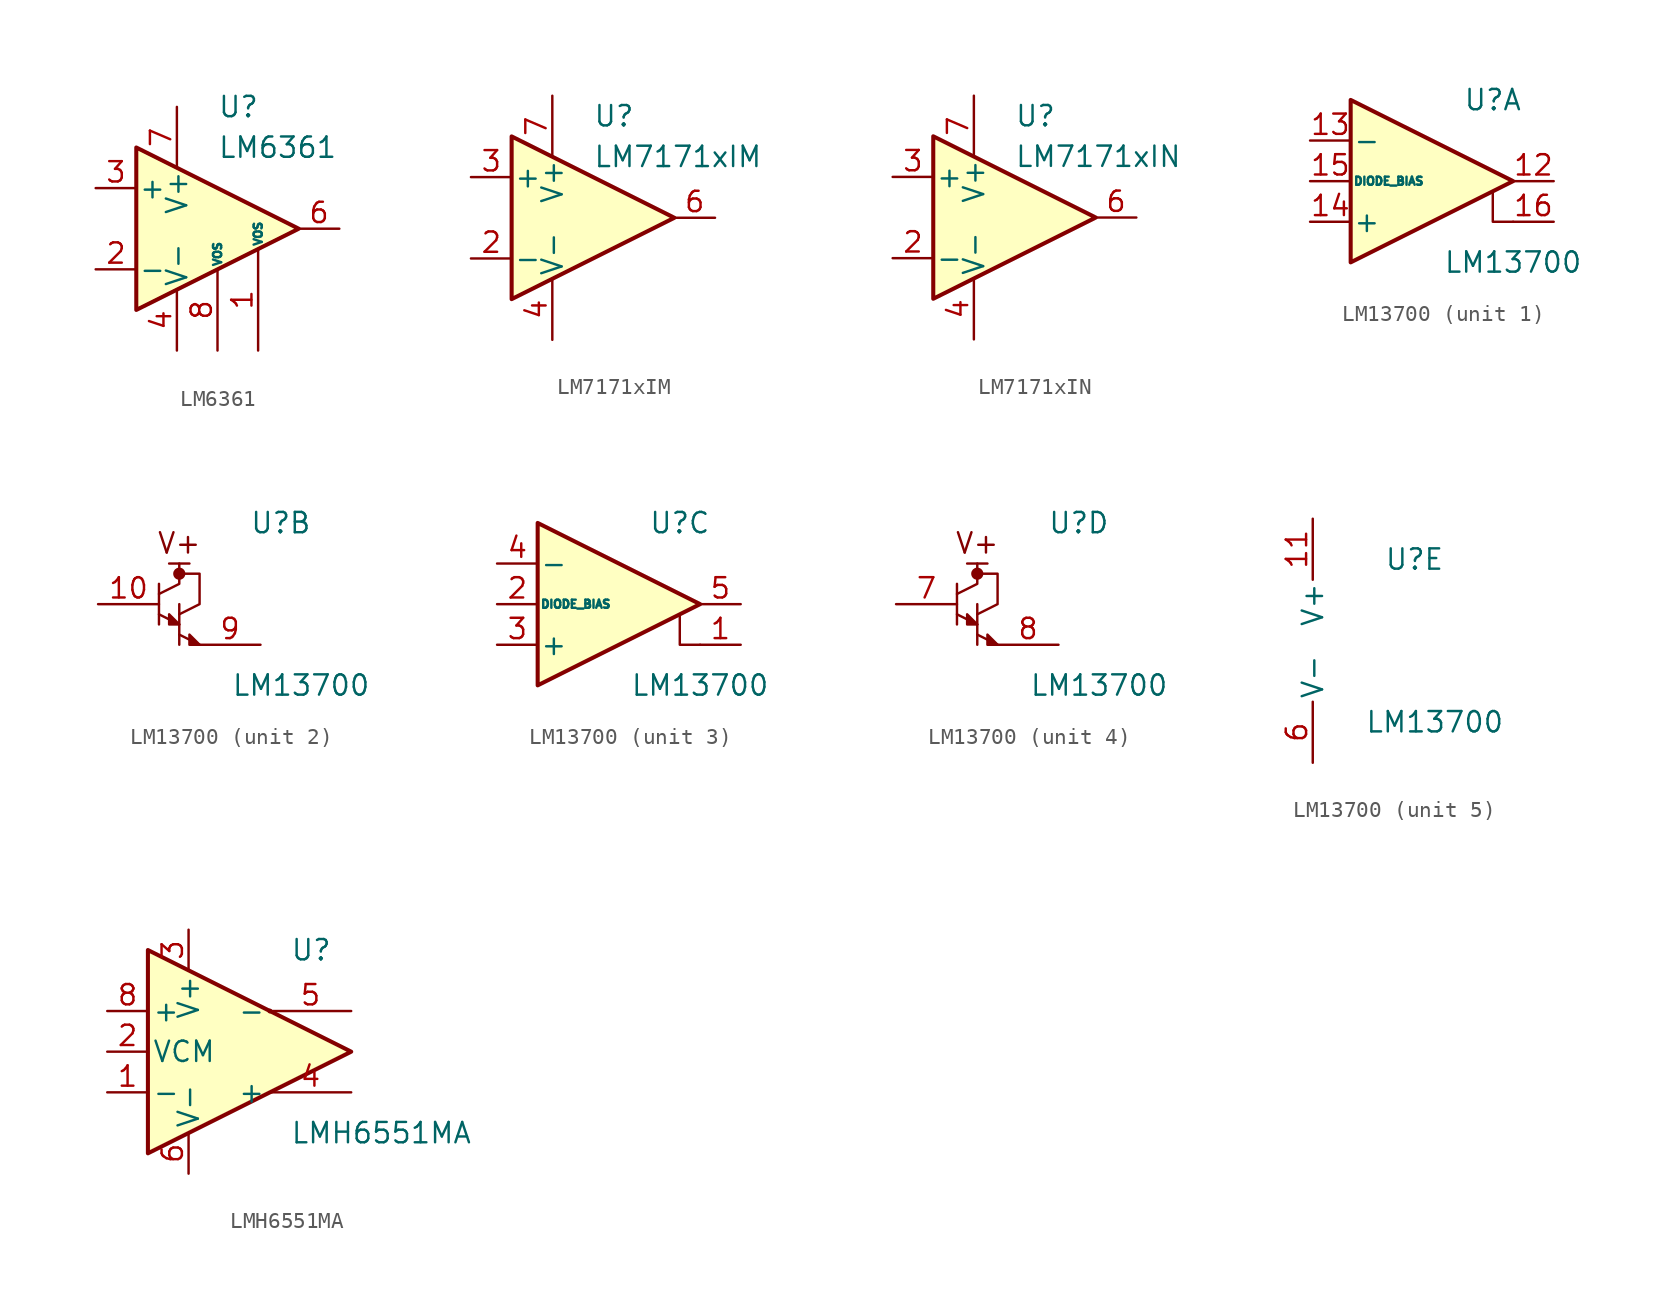
<source format=kicad_sym>
(kicad_symbol_lib
  (version 20200908)
  (generator kicad_symbol_editor)
  (symbol "Amplifier_Operational:LM6361"
    (pin_names
      (offset 0.127))
    (property "Reference" "U"
      (at 0 7.62 0)
      (effects (font (size 1.27 1.27)) (justify left)))
    (property "Value" "LM6361"
      (at 0 5.08 0)
      (effects (font (size 1.27 1.27)) (justify left)))
    (symbol "LM6361_0_1"
      (polyline (pts (xy -5.08 5.08) (xy 5.08 0) (xy -5.08 -5.08) (xy -5.08 5.08)) (stroke (width 0.254)) (fill (type background)))
      (pin unconnected line (at 0 2.54 270) (length 2.54) hide (name "NC" (effects (font (size 1.27 1.27)))) (number "5" (effects (font (size 1.27 1.27))))))
    (symbol "LM6361_1_1"
      (pin passive line (at 2.54 -7.62 90) (length 6.35) (name "VOS" (effects (font (size 0.508 0.508)))) (number "1" (effects (font (size 1.27 1.27)))))
      (pin input line (at -7.62 -2.54 0) (length 2.54) (name "-" (effects (font (size 1.27 1.27)))) (number "2" (effects (font (size 1.27 1.27)))))
      (pin input line (at -7.62 2.54 0) (length 2.54) (name "+" (effects (font (size 1.27 1.27)))) (number "3" (effects (font (size 1.27 1.27)))))
      (pin power_in line (at -2.54 -7.62 90) (length 3.81) (name "V-" (effects (font (size 1.27 1.27)))) (number "4" (effects (font (size 1.27 1.27)))))
      (pin output line (at 7.62 0 180) (length 2.54) (name "~" (effects (font (size 1.27 1.27)))) (number "6" (effects (font (size 1.27 1.27)))))
      (pin power_in line (at -2.54 7.62 270) (length 3.81) (name "V+" (effects (font (size 1.27 1.27)))) (number "7" (effects (font (size 1.27 1.27)))))
      (pin passive line (at 0 -7.62 90) (length 5.08) (name "VOS" (effects (font (size 0.508 0.508)))) (number "8" (effects (font (size 1.27 1.27)))))))
  (symbol "Amplifier_Operational:LM7171xIM"
    (pin_names
      (offset 0.127))
    (property "Reference" "U"
      (at 0 6.35 0)
      (effects (font (size 1.27 1.27)) (justify left)))
    (property "Value" "LM7171xIM"
      (at 0 3.81 0)
      (effects (font (size 1.27 1.27)) (justify left)))
    (symbol "LM7171xIM_1_1"
      (polyline (pts (xy -5.08 5.08) (xy 5.08 0) (xy -5.08 -5.08) (xy -5.08 5.08)) (stroke (width 0.254)) (fill (type background)))
      (pin unconnected line (at 0 7.62 270) (length 5.08) hide (name "NC" (effects (font (size 1.27 1.27)))) (number "1" (effects (font (size 1.27 1.27)))))
      (pin input line (at -7.62 -2.54 0) (length 2.54) (name "-" (effects (font (size 1.27 1.27)))) (number "2" (effects (font (size 1.27 1.27)))))
      (pin input line (at -7.62 2.54 0) (length 2.54) (name "+" (effects (font (size 1.27 1.27)))) (number "3" (effects (font (size 1.27 1.27)))))
      (pin power_in line (at -2.54 -7.62 90) (length 3.81) (name "V-" (effects (font (size 1.27 1.27)))) (number "4" (effects (font (size 1.27 1.27)))))
      (pin unconnected line (at 0 -7.62 90) (length 5.08) hide (name "NC" (effects (font (size 1.27 1.27)))) (number "5" (effects (font (size 1.27 1.27)))))
      (pin output line (at 7.62 0 180) (length 2.54) (name "~" (effects (font (size 1.27 1.27)))) (number "6" (effects (font (size 1.27 1.27)))))
      (pin power_in line (at -2.54 7.62 270) (length 3.81) (name "V+" (effects (font (size 1.27 1.27)))) (number "7" (effects (font (size 1.27 1.27)))))
      (pin unconnected line (at 2.54 -7.62 90) (length 6.35) hide (name "NC" (effects (font (size 1.27 1.27)))) (number "8" (effects (font (size 1.27 1.27)))))))
  (symbol "Amplifier_Operational:LM7171xIN"
    (pin_names
      (offset 0.127))
    (property "Reference" "U"
      (at 0 6.35 0)
      (effects (font (size 1.27 1.27)) (justify left)))
    (property "Value" "LM7171xIN"
      (at 0 3.81 0)
      (effects (font (size 1.27 1.27)) (justify left)))
    (symbol "LM7171xIN_1_1"
      (polyline (pts (xy -5.08 5.08) (xy 5.08 0) (xy -5.08 -5.08) (xy -5.08 5.08)) (stroke (width 0.254)) (fill (type background)))
      (pin unconnected line (at 0 7.62 270) (length 5.08) hide (name "NC" (effects (font (size 1.27 1.27)))) (number "1" (effects (font (size 1.27 1.27)))))
      (pin input line (at -7.62 -2.54 0) (length 2.54) (name "-" (effects (font (size 1.27 1.27)))) (number "2" (effects (font (size 1.27 1.27)))))
      (pin input line (at -7.62 2.54 0) (length 2.54) (name "+" (effects (font (size 1.27 1.27)))) (number "3" (effects (font (size 1.27 1.27)))))
      (pin power_in line (at -2.54 -7.62 90) (length 3.81) (name "V-" (effects (font (size 1.27 1.27)))) (number "4" (effects (font (size 1.27 1.27)))))
      (pin unconnected line (at 0 -7.62 90) (length 5.08) hide (name "NC" (effects (font (size 1.27 1.27)))) (number "5" (effects (font (size 1.27 1.27)))))
      (pin output line (at 7.62 0 180) (length 2.54) (name "~" (effects (font (size 1.27 1.27)))) (number "6" (effects (font (size 1.27 1.27)))))
      (pin power_in line (at -2.54 7.62 270) (length 3.81) (name "V+" (effects (font (size 1.27 1.27)))) (number "7" (effects (font (size 1.27 1.27)))))
      (pin unconnected line (at 2.54 -7.62 90) (length 6.35) hide (name "NC" (effects (font (size 1.27 1.27)))) (number "8" (effects (font (size 1.27 1.27)))))))
  (symbol "Amplifier_Operational:LM13700"
    (pin_names
      (offset 0.127))
    (property "Reference" "U"
      (at 3.81 5.08 0)
      (effects (font (size 1.27 1.27))))
    (property "Value" "LM13700"
      (at 5.08 -5.08 0)
      (effects (font (size 1.27 1.27))))
    (property "ki_locked" ""
      (at 0 0 0)
      (effects (font (size 1.27 1.27))))
    (symbol "LM13700_2_1"
      (circle (center -2.54 1.905) (radius 0.254) (stroke (width 0.254)) (fill (type outline)))
      (text "V+" (at -2.54 3.81 0) (effects (font (size 1.27 1.27))))
      (polyline (pts (xy -3.81 -0.635) (xy -2.54 -1.27)) (stroke (width 0)) (fill (type none)))
      (polyline (pts (xy -3.81 1.27) (xy -3.81 -1.27)) (stroke (width 0)) (fill (type none)))
      (polyline (pts (xy -2.54 -1.905) (xy -1.27 -2.54)) (stroke (width 0)) (fill (type none)))
      (polyline (pts (xy -2.54 0) (xy -2.54 -2.54)) (stroke (width 0)) (fill (type none)))
      (polyline (pts (xy -3.81 0.635) (xy -2.54 1.27) (xy -2.54 1.905) (xy -2.54 2.54)) (stroke (width 0)) (fill (type none)))
      (polyline (pts (xy -2.54 -1.27) (xy -3.175 -0.635) (xy -3.175 -1.27) (xy -2.54 -1.27)) (stroke (width 0)) (fill (type outline)))
      (polyline (pts (xy -2.54 -0.635) (xy -1.27 0) (xy -1.27 1.905) (xy -2.54 1.905)) (stroke (width 0)) (fill (type none)))
      (polyline (pts (xy -1.27 -2.54) (xy -1.905 -1.905) (xy -1.905 -2.54) (xy -1.27 -2.54)) (stroke (width 0)) (fill (type outline)))
      (pin input line (at -7.62 0 0) (length 3.81) (name "~" (effects (font (size 1.27 1.27)))) (number "10" (effects (font (size 1.27 1.27)))))
      (pin output line (at 2.54 -2.54 180) (length 3.81) (name "~" (effects (font (size 1.27 1.27)))) (number "9" (effects (font (size 1.27 1.27))))))
    (symbol "LM13700_4_1"
      (circle (center -2.54 1.905) (radius 0.254) (stroke (width 0.254)) (fill (type outline)))
      (polyline (pts (xy -3.81 -0.635) (xy -2.54 -1.27)) (stroke (width 0)) (fill (type none)))
      (polyline (pts (xy -3.81 1.27) (xy -3.81 -1.27)) (stroke (width 0)) (fill (type none)))
      (polyline (pts (xy -2.54 -1.905) (xy -1.27 -2.54)) (stroke (width 0)) (fill (type none)))
      (polyline (pts (xy -2.54 0) (xy -2.54 -2.54)) (stroke (width 0)) (fill (type none)))
      (polyline (pts (xy -3.81 0.635) (xy -2.54 1.27) (xy -2.54 2.54)) (stroke (width 0)) (fill (type none)))
      (polyline (pts (xy -2.54 -1.27) (xy -3.175 -0.635) (xy -3.175 -1.27) (xy -2.54 -1.27)) (stroke (width 0)) (fill (type outline)))
      (polyline (pts (xy -2.54 -0.635) (xy -1.27 0) (xy -1.27 1.905) (xy -2.54 1.905)) (stroke (width 0)) (fill (type none)))
      (polyline (pts (xy -1.27 -2.54) (xy -1.905 -1.905) (xy -1.905 -2.54) (xy -1.27 -2.54)) (stroke (width 0)) (fill (type outline)))
      (pin input line (at -7.62 0 0) (length 3.81) (name "~" (effects (font (size 1.27 1.27)))) (number "7" (effects (font (size 1.27 1.27)))))
      (pin output line (at 2.54 -2.54 180) (length 3.81) (name "~" (effects (font (size 1.27 1.27)))) (number "8" (effects (font (size 1.27 1.27))))))
    (symbol "LM13700_4_0"
      (text "V+" (at -2.54 3.81 0) (effects (font (size 1.27 1.27))))
      (polyline (pts (xy -3.175 2.54) (xy -1.905 2.54)) (stroke (width 0)) (fill (type none))))
    (symbol "LM13700_2_0"
      (polyline (pts (xy -1.905 2.54) (xy -3.175 2.54)) (stroke (width 0)) (fill (type none))))
    (symbol "LM13700_1_1"
      (polyline (pts (xy 3.81 -0.635) (xy 3.81 -2.54) (xy 5.08 -2.54)) (stroke (width 0)) (fill (type none)))
      (polyline (pts (xy 5.08 0) (xy -5.08 -5.08) (xy -5.08 5.08) (xy 5.08 0)) (stroke (width 0.254)) (fill (type background)))
      (pin output line (at 7.62 0 180) (length 2.54) (name "~" (effects (font (size 1.27 1.27)))) (number "12" (effects (font (size 1.27 1.27)))))
      (pin input line (at -7.62 2.54 0) (length 2.54) (name "-" (effects (font (size 1.27 1.27)))) (number "13" (effects (font (size 1.27 1.27)))))
      (pin input line (at -7.62 -2.54 0) (length 2.54) (name "+" (effects (font (size 1.27 1.27)))) (number "14" (effects (font (size 1.27 1.27)))))
      (pin input line (at -7.62 0 0) (length 2.54) (name "DIODE_BIAS" (effects (font (size 0.508 0.508)))) (number "15" (effects (font (size 1.27 1.27)))))
      (pin input line (at 7.62 -2.54 180) (length 2.54) (name "~" (effects (font (size 1.27 1.27)))) (number "16" (effects (font (size 1.27 1.27))))))
    (symbol "LM13700_3_1"
      (polyline (pts (xy 3.81 -0.635) (xy 3.81 -2.54) (xy 5.08 -2.54)) (stroke (width 0)) (fill (type none)))
      (polyline (pts (xy 5.08 0) (xy -5.08 -5.08) (xy -5.08 5.08) (xy 5.08 0)) (stroke (width 0.254)) (fill (type background)))
      (pin input line (at 7.62 -2.54 180) (length 2.54) (name "~" (effects (font (size 1.27 1.27)))) (number "1" (effects (font (size 1.27 1.27)))))
      (pin input line (at -7.62 0 0) (length 2.54) (name "DIODE_BIAS" (effects (font (size 0.508 0.508)))) (number "2" (effects (font (size 1.27 1.27)))))
      (pin input line (at -7.62 -2.54 0) (length 2.54) (name "+" (effects (font (size 1.27 1.27)))) (number "3" (effects (font (size 1.27 1.27)))))
      (pin input line (at -7.62 2.54 0) (length 2.54) (name "-" (effects (font (size 1.27 1.27)))) (number "4" (effects (font (size 1.27 1.27)))))
      (pin output line (at 7.62 0 180) (length 2.54) (name "~" (effects (font (size 1.27 1.27)))) (number "5" (effects (font (size 1.27 1.27))))))
    (symbol "LM13700_5_1"
      (pin power_in line (at -2.54 7.62 270) (length 3.81) (name "V+" (effects (font (size 1.27 1.27)))) (number "11" (effects (font (size 1.27 1.27)))))
      (pin power_in line (at -2.54 -7.62 90) (length 3.81) (name "V-" (effects (font (size 1.27 1.27)))) (number "6" (effects (font (size 1.27 1.27)))))))
  (symbol "Amplifier_Operational:LMH6551MA"
    (pin_names
      (offset 0.254))
    (property "Reference" "U"
      (at 3.81 6.35 0)
      (effects (font (size 1.27 1.27)) (justify left)))
    (property "Value" "LMH6551MA"
      (at 3.81 -5.08 0)
      (effects (font (size 1.27 1.27)) (justify left)))
    (symbol "LMH6551MA_0_1"
      (circle (center 2.54 2.54) (radius 0) (stroke (width 0)) (fill (type none)))
      (polyline (pts (xy 7.62 0) (xy -5.08 6.35) (xy -5.08 -6.35) (xy 7.62 0)) (stroke (width 0.254)) (fill (type background))))
    (symbol "LMH6551MA_1_1"
      (pin input line (at -7.62 -2.54 0) (length 2.54) (name "-" (effects (font (size 1.27 1.27)))) (number "1" (effects (font (size 1.27 1.27)))))
      (pin input line (at -7.62 0 0) (length 2.54) (name "VCM" (effects (font (size 1.27 1.27)))) (number "2" (effects (font (size 1.27 1.27)))))
      (pin power_in line (at -2.54 7.62 270) (length 2.54) (name "V+" (effects (font (size 1.27 1.27)))) (number "3" (effects (font (size 1.27 1.27)))))
      (pin output line (at 7.62 -2.54 180) (length 5.08) (name "+" (effects (font (size 1.27 1.27)))) (number "4" (effects (font (size 1.27 1.27)))))
      (pin output line (at 7.62 2.54 180) (length 5.08) (name "-" (effects (font (size 1.27 1.27)))) (number "5" (effects (font (size 1.27 1.27)))))
      (pin power_in line (at -2.54 -7.62 90) (length 2.54) (name "V-" (effects (font (size 1.27 1.27)))) (number "6" (effects (font (size 1.27 1.27)))))
      (pin unconnected line (at 5.08 0 180) (length 2.54) hide (name "NC" (effects (font (size 1.27 1.27)))) (number "7" (effects (font (size 1.27 1.27)))))
      (pin input line (at -7.62 2.54 0) (length 2.54) (name "+" (effects (font (size 1.27 1.27)))) (number "8" (effects (font (size 1.27 1.27))))))))
</source>
